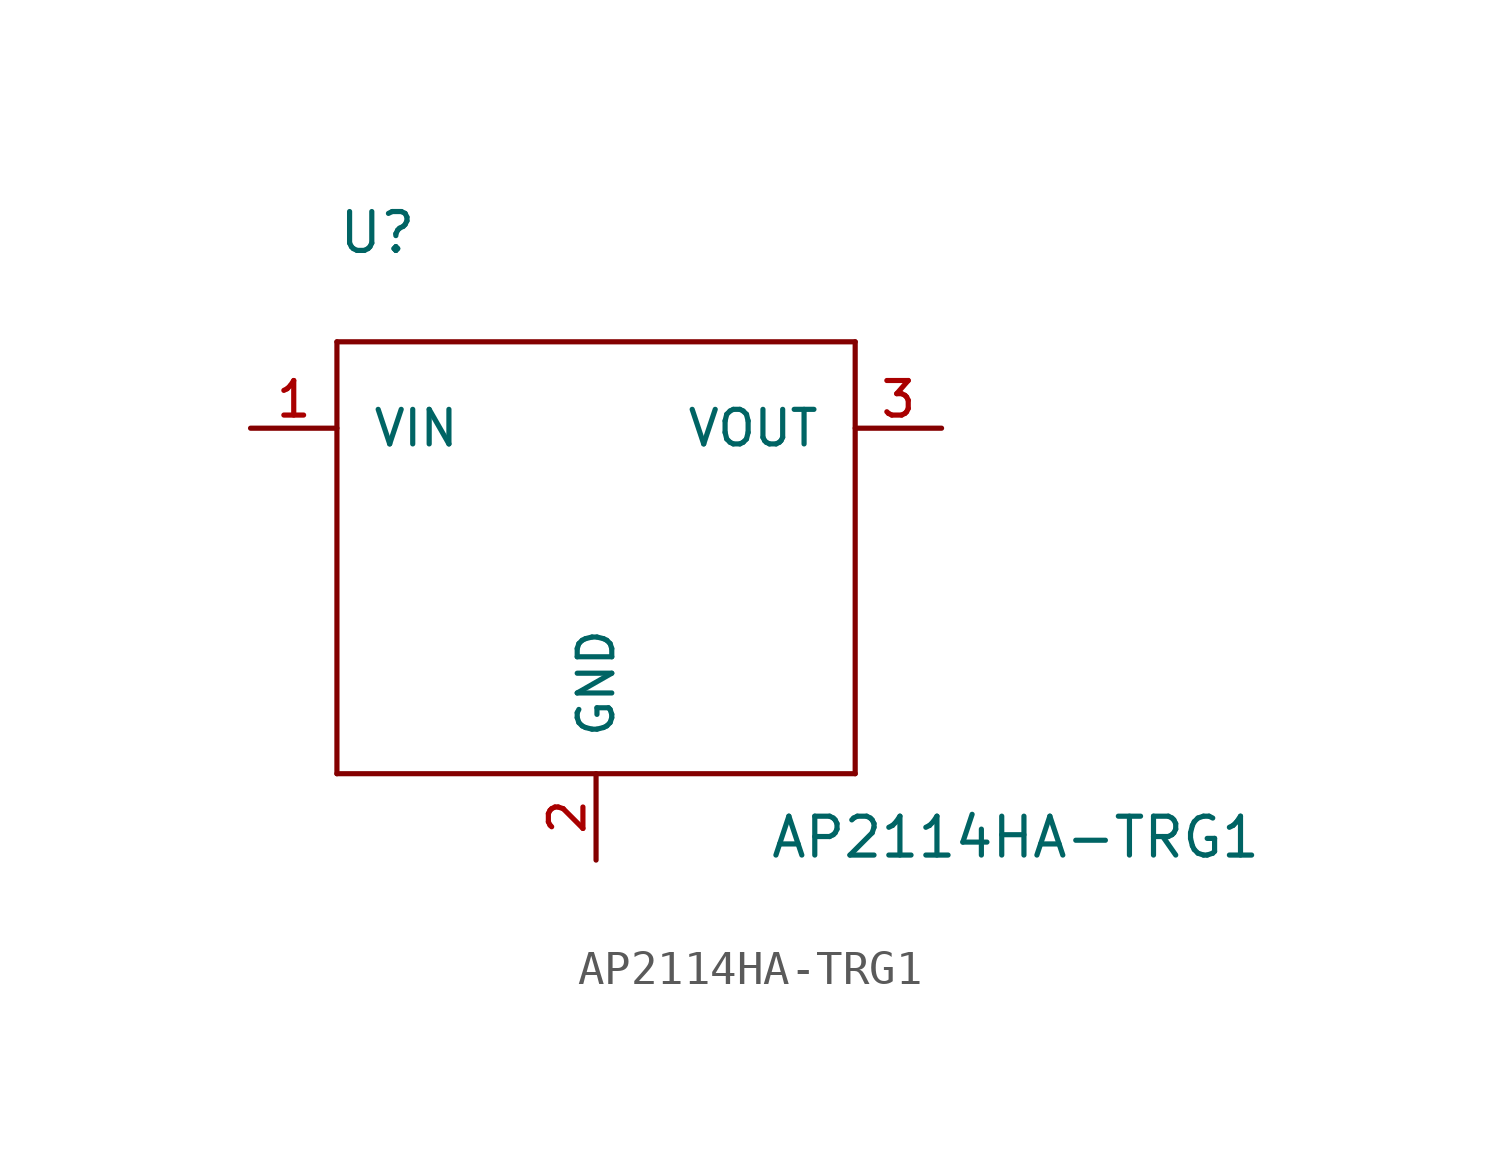
<source format=kicad_sym>
(kicad_symbol_lib
  (version 20211014)
  (generator kicad_symbol_editor)
  (symbol "AP2114HA-TRG1"
    (pin_names
      (offset 1.016))
    (property "Reference" "U"
      (at -7.62 10.16 0)
      (effects (font (size 1.143 1.143)) (justify left bottom)))
    (property "Value" "AP2114HA-TRG1"
      (at 5.08 -7.62 0)
      (effects (font (size 1.143 1.143)) (justify left bottom)))
    (property "ki_locked" ""
      (at 0 0 0)
      (effects (font (size 1.27 1.27))))
    (symbol "AP2114HA-TRG1_1_0"
      (polyline (pts (xy -7.62 -5.08) (xy -7.62 7.62)) (stroke (width 0) (type default) (color 0 0 0 0)) (fill (type none)))
      (polyline (pts (xy -7.62 7.62) (xy 7.62 7.62)) (stroke (width 0) (type default) (color 0 0 0 0)) (fill (type none)))
      (polyline (pts (xy 7.62 -5.08) (xy -7.62 -5.08)) (stroke (width 0) (type default) (color 0 0 0 0)) (fill (type none)))
      (polyline (pts (xy 7.62 7.62) (xy 7.62 -5.08)) (stroke (width 0) (type default) (color 0 0 0 0)) (fill (type none))))
    (symbol "AP2114HA-TRG1_1_1"
      (pin power_in line (at -10.16 5.08 0) (length 2.54) (name "VIN" (effects (font (size 1.016 1.016)))) (number "1" (effects (font (size 1.016 1.016)))))
      (pin power_in line (at 0 -7.62 90) (length 2.54) (name "GND" (effects (font (size 1.016 1.016)))) (number "2" (effects (font (size 1.016 1.016)))))
      (pin power_out line (at 10.16 5.08 180) (length 2.54) (name "VOUT" (effects (font (size 1.016 1.016)))) (number "3" (effects (font (size 1.016 1.016)))))
      (pin power_in line (at 0 -7.62 90) (length 2.54) hide (name "GND" (effects (font (size 1.016 1.016)))) (number "PAD" (effects (font (size 1.016 1.016))))))))
</source>
